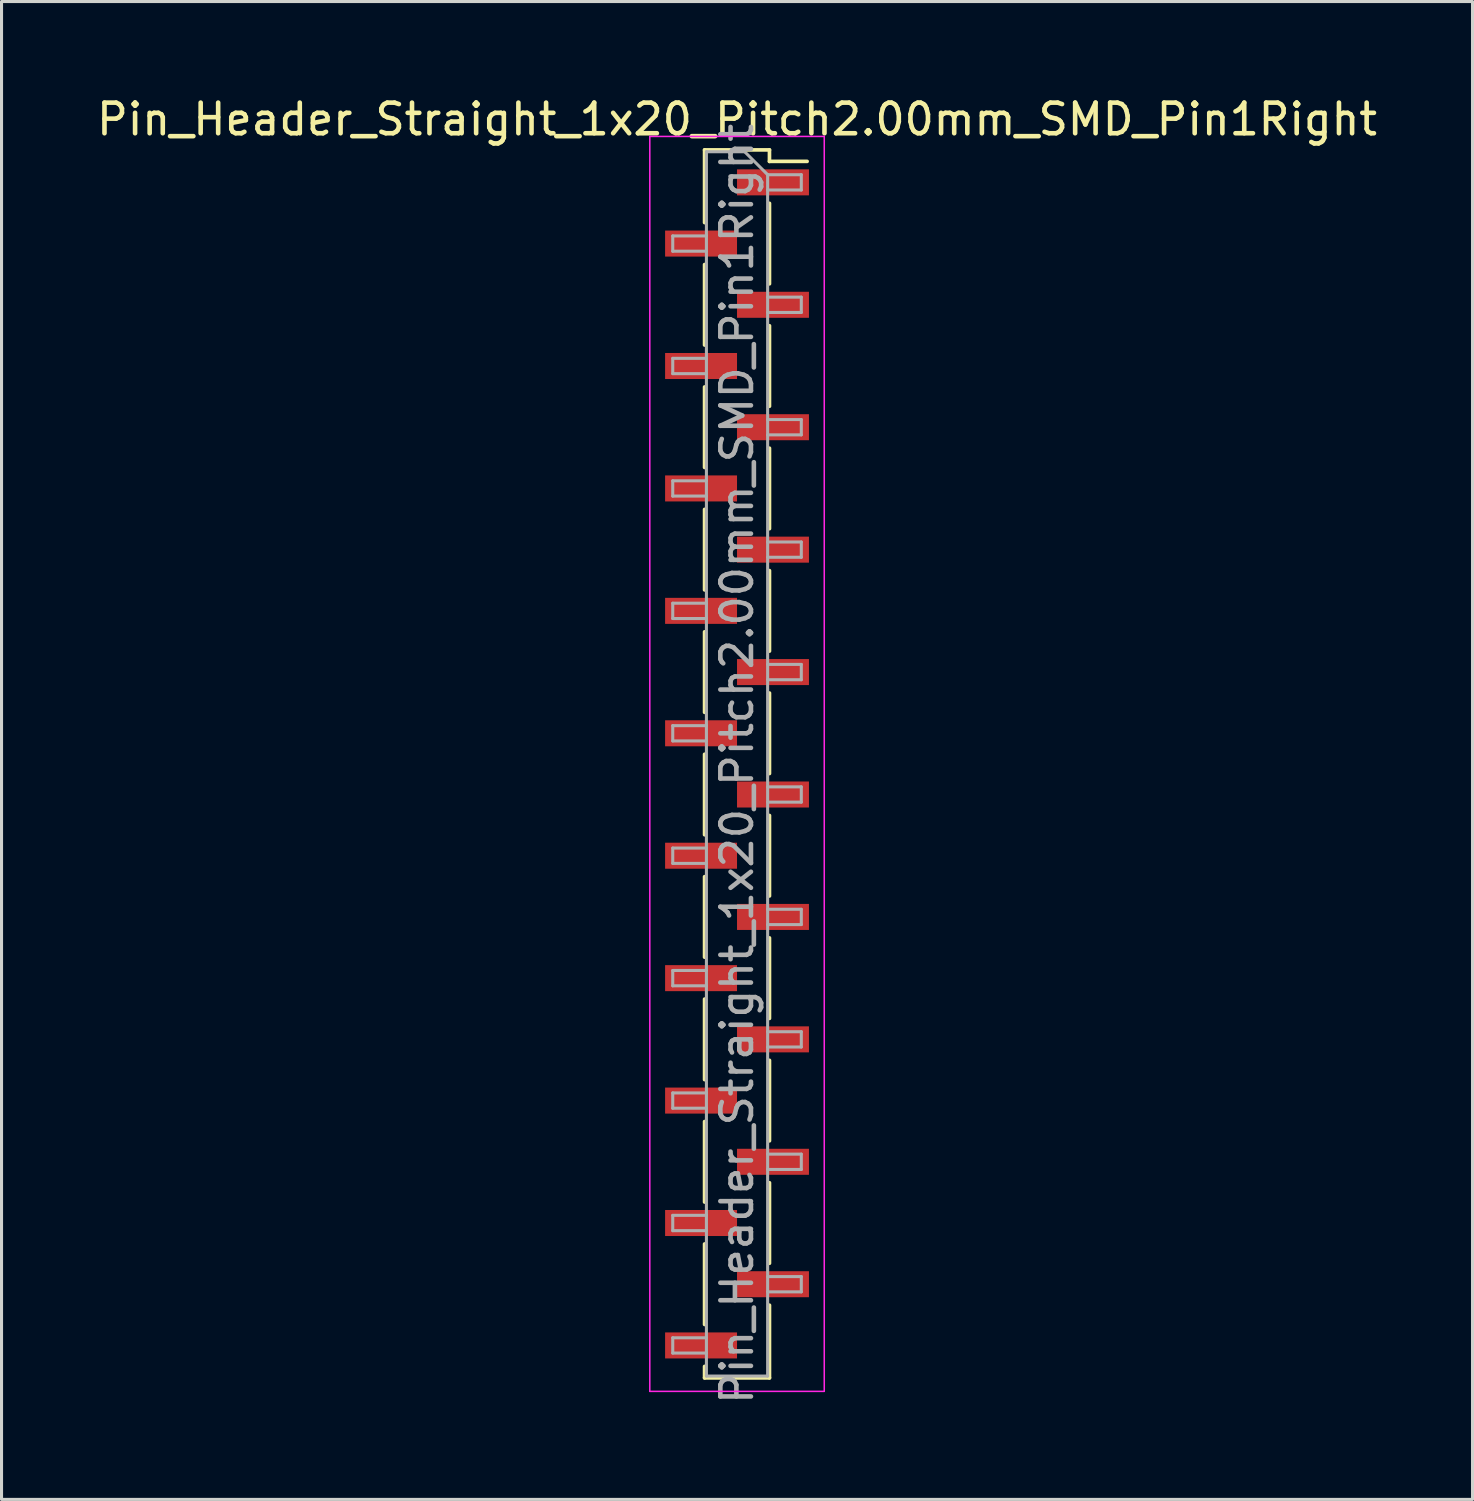
<source format=kicad_pcb>
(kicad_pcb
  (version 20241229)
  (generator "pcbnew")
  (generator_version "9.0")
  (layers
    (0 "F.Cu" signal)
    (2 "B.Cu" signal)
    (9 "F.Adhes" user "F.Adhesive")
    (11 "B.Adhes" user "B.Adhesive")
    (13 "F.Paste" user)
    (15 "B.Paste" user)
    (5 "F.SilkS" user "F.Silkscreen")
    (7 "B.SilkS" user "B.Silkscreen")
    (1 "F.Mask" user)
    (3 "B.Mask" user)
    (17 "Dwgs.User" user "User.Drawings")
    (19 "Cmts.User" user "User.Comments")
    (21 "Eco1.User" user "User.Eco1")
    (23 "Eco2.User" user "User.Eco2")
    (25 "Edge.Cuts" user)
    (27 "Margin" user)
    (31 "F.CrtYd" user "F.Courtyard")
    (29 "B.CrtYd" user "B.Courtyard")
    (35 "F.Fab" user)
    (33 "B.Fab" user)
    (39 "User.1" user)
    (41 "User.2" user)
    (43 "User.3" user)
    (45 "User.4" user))
  (footprint "Pin_Header_Straight_1x20_Pitch2.00mm_SMD_Pin1Right"
    (layer "F.Cu")
    (at 21.03 21.908)
    (property "Reference" "Pin_Header_Straight_1x20_Pitch2.00mm_SMD_Pin1Right" (at 0 -21.06 0) (layer "F.SilkS") (effects (font (size 1 1) (thickness 0.15))))
    (attr smd)
    (fp_line (start -1.06 -20.06) (end -1.06 -17.685) (stroke (width 0.12) (type solid)) (layer "F.SilkS"))
    (fp_line (start -1.06 -20.06) (end 1.06 -20.06) (stroke (width 0.12) (type solid)) (layer "F.SilkS"))
    (fp_line (start -1.06 -16.315) (end -1.06 -13.685) (stroke (width 0.12) (type solid)) (layer "F.SilkS"))
    (fp_line (start -1.06 -12.315) (end -1.06 -9.685) (stroke (width 0.12) (type solid)) (layer "F.SilkS"))
    (fp_line (start -1.06 -8.315) (end -1.06 -5.685) (stroke (width 0.12) (type solid)) (layer "F.SilkS"))
    (fp_line (start -1.06 -4.315) (end -1.06 -1.685) (stroke (width 0.12) (type solid)) (layer "F.SilkS"))
    (fp_line (start -1.06 -0.315) (end -1.06 2.315) (stroke (width 0.12) (type solid)) (layer "F.SilkS"))
    (fp_line (start -1.06 3.685) (end -1.06 6.315) (stroke (width 0.12) (type solid)) (layer "F.SilkS"))
    (fp_line (start -1.06 7.685) (end -1.06 10.315) (stroke (width 0.12) (type solid)) (layer "F.SilkS"))
    (fp_line (start -1.06 11.685) (end -1.06 14.315) (stroke (width 0.12) (type solid)) (layer "F.SilkS"))
    (fp_line (start -1.06 15.685) (end -1.06 18.315) (stroke (width 0.12) (type solid)) (layer "F.SilkS"))
    (fp_line (start -1.06 19.685) (end -1.06 20.06) (stroke (width 0.12) (type solid)) (layer "F.SilkS"))
    (fp_line (start -1.06 20.06) (end 1.06 20.06) (stroke (width 0.12) (type solid)) (layer "F.SilkS"))
    (fp_line (start 1.06 -20.06) (end 1.06 -19.685) (stroke (width 0.12) (type solid)) (layer "F.SilkS"))
    (fp_line (start 1.06 -19.685) (end 2.29 -19.685) (stroke (width 0.12) (type solid)) (layer "F.SilkS"))
    (fp_line (start 1.06 -18.315) (end 1.06 -15.685) (stroke (width 0.12) (type solid)) (layer "F.SilkS"))
    (fp_line (start 1.06 -14.315) (end 1.06 -11.685) (stroke (width 0.12) (type solid)) (layer "F.SilkS"))
    (fp_line (start 1.06 -10.315) (end 1.06 -7.685) (stroke (width 0.12) (type solid)) (layer "F.SilkS"))
    (fp_line (start 1.06 -6.315) (end 1.06 -3.685) (stroke (width 0.12) (type solid)) (layer "F.SilkS"))
    (fp_line (start 1.06 -2.315) (end 1.06 0.315) (stroke (width 0.12) (type solid)) (layer "F.SilkS"))
    (fp_line (start 1.06 1.685) (end 1.06 4.315) (stroke (width 0.12) (type solid)) (layer "F.SilkS"))
    (fp_line (start 1.06 5.685) (end 1.06 8.315) (stroke (width 0.12) (type solid)) (layer "F.SilkS"))
    (fp_line (start 1.06 9.685) (end 1.06 12.315) (stroke (width 0.12) (type solid)) (layer "F.SilkS"))
    (fp_line (start 1.06 13.685) (end 1.06 16.315) (stroke (width 0.12) (type solid)) (layer "F.SilkS"))
    (fp_line (start 1.06 17.685) (end 1.06 20.06) (stroke (width 0.12) (type solid)) (layer "F.SilkS"))
    (fp_line (start -2.85 -20.5) (end -2.85 20.5) (stroke (width 0.05) (type solid)) (layer "F.CrtYd"))
    (fp_line (start -2.85 20.5) (end 2.85 20.5) (stroke (width 0.05) (type solid)) (layer "F.CrtYd"))
    (fp_line (start 2.85 -20.5) (end -2.85 -20.5) (stroke (width 0.05) (type solid)) (layer "F.CrtYd"))
    (fp_line (start 2.85 20.5) (end 2.85 -20.5) (stroke (width 0.05) (type solid)) (layer "F.CrtYd"))
    (fp_line (start -2.1 -17.25) (end -2.1 -16.75) (stroke (width 0.1) (type solid)) (layer "F.Fab"))
    (fp_line (start -2.1 -16.75) (end -1 -16.75) (stroke (width 0.1) (type solid)) (layer "F.Fab"))
    (fp_line (start -2.1 -13.25) (end -2.1 -12.75) (stroke (width 0.1) (type solid)) (layer "F.Fab"))
    (fp_line (start -2.1 -12.75) (end -1 -12.75) (stroke (width 0.1) (type solid)) (layer "F.Fab"))
    (fp_line (start -2.1 -9.25) (end -2.1 -8.75) (stroke (width 0.1) (type solid)) (layer "F.Fab"))
    (fp_line (start -2.1 -8.75) (end -1 -8.75) (stroke (width 0.1) (type solid)) (layer "F.Fab"))
    (fp_line (start -2.1 -5.25) (end -2.1 -4.75) (stroke (width 0.1) (type solid)) (layer "F.Fab"))
    (fp_line (start -2.1 -4.75) (end -1 -4.75) (stroke (width 0.1) (type solid)) (layer "F.Fab"))
    (fp_line (start -2.1 -1.25) (end -2.1 -0.75) (stroke (width 0.1) (type solid)) (layer "F.Fab"))
    (fp_line (start -2.1 -0.75) (end -1 -0.75) (stroke (width 0.1) (type solid)) (layer "F.Fab"))
    (fp_line (start -2.1 2.75) (end -2.1 3.25) (stroke (width 0.1) (type solid)) (layer "F.Fab"))
    (fp_line (start -2.1 3.25) (end -1 3.25) (stroke (width 0.1) (type solid)) (layer "F.Fab"))
    (fp_line (start -2.1 6.75) (end -2.1 7.25) (stroke (width 0.1) (type solid)) (layer "F.Fab"))
    (fp_line (start -2.1 7.25) (end -1 7.25) (stroke (width 0.1) (type solid)) (layer "F.Fab"))
    (fp_line (start -2.1 10.75) (end -2.1 11.25) (stroke (width 0.1) (type solid)) (layer "F.Fab"))
    (fp_line (start -2.1 11.25) (end -1 11.25) (stroke (width 0.1) (type solid)) (layer "F.Fab"))
    (fp_line (start -2.1 14.75) (end -2.1 15.25) (stroke (width 0.1) (type solid)) (layer "F.Fab"))
    (fp_line (start -2.1 15.25) (end -1 15.25) (stroke (width 0.1) (type solid)) (layer "F.Fab"))
    (fp_line (start -2.1 18.75) (end -2.1 19.25) (stroke (width 0.1) (type solid)) (layer "F.Fab"))
    (fp_line (start -2.1 19.25) (end -1 19.25) (stroke (width 0.1) (type solid)) (layer "F.Fab"))
    (fp_line (start -1 -20) (end -1 20) (stroke (width 0.1) (type solid)) (layer "F.Fab"))
    (fp_line (start -1 -20) (end 0.25 -20) (stroke (width 0.1) (type solid)) (layer "F.Fab"))
    (fp_line (start -1 -17.25) (end -2.1 -17.25) (stroke (width 0.1) (type solid)) (layer "F.Fab"))
    (fp_line (start -1 -13.25) (end -2.1 -13.25) (stroke (width 0.1) (type solid)) (layer "F.Fab"))
    (fp_line (start -1 -9.25) (end -2.1 -9.25) (stroke (width 0.1) (type solid)) (layer "F.Fab"))
    (fp_line (start -1 -5.25) (end -2.1 -5.25) (stroke (width 0.1) (type solid)) (layer "F.Fab"))
    (fp_line (start -1 -1.25) (end -2.1 -1.25) (stroke (width 0.1) (type solid)) (layer "F.Fab"))
    (fp_line (start -1 2.75) (end -2.1 2.75) (stroke (width 0.1) (type solid)) (layer "F.Fab"))
    (fp_line (start -1 6.75) (end -2.1 6.75) (stroke (width 0.1) (type solid)) (layer "F.Fab"))
    (fp_line (start -1 10.75) (end -2.1 10.75) (stroke (width 0.1) (type solid)) (layer "F.Fab"))
    (fp_line (start -1 14.75) (end -2.1 14.75) (stroke (width 0.1) (type solid)) (layer "F.Fab"))
    (fp_line (start -1 18.75) (end -2.1 18.75) (stroke (width 0.1) (type solid)) (layer "F.Fab"))
    (fp_line (start 1 -19.25) (end 0.25 -20) (stroke (width 0.1) (type solid)) (layer "F.Fab"))
    (fp_line (start 1 -19.25) (end 2.1 -19.25) (stroke (width 0.1) (type solid)) (layer "F.Fab"))
    (fp_line (start 1 -15.25) (end 2.1 -15.25) (stroke (width 0.1) (type solid)) (layer "F.Fab"))
    (fp_line (start 1 -11.25) (end 2.1 -11.25) (stroke (width 0.1) (type solid)) (layer "F.Fab"))
    (fp_line (start 1 -7.25) (end 2.1 -7.25) (stroke (width 0.1) (type solid)) (layer "F.Fab"))
    (fp_line (start 1 -3.25) (end 2.1 -3.25) (stroke (width 0.1) (type solid)) (layer "F.Fab"))
    (fp_line (start 1 0.75) (end 2.1 0.75) (stroke (width 0.1) (type solid)) (layer "F.Fab"))
    (fp_line (start 1 4.75) (end 2.1 4.75) (stroke (width 0.1) (type solid)) (layer "F.Fab"))
    (fp_line (start 1 8.75) (end 2.1 8.75) (stroke (width 0.1) (type solid)) (layer "F.Fab"))
    (fp_line (start 1 12.75) (end 2.1 12.75) (stroke (width 0.1) (type solid)) (layer "F.Fab"))
    (fp_line (start 1 16.75) (end 2.1 16.75) (stroke (width 0.1) (type solid)) (layer "F.Fab"))
    (fp_line (start 1 20) (end -1 20) (stroke (width 0.1) (type solid)) (layer "F.Fab"))
    (fp_line (start 1 20) (end 1 -19.25) (stroke (width 0.1) (type solid)) (layer "F.Fab"))
    (fp_line (start 2.1 -19.25) (end 2.1 -18.75) (stroke (width 0.1) (type solid)) (layer "F.Fab"))
    (fp_line (start 2.1 -18.75) (end 1 -18.75) (stroke (width 0.1) (type solid)) (layer "F.Fab"))
    (fp_line (start 2.1 -15.25) (end 2.1 -14.75) (stroke (width 0.1) (type solid)) (layer "F.Fab"))
    (fp_line (start 2.1 -14.75) (end 1 -14.75) (stroke (width 0.1) (type solid)) (layer "F.Fab"))
    (fp_line (start 2.1 -11.25) (end 2.1 -10.75) (stroke (width 0.1) (type solid)) (layer "F.Fab"))
    (fp_line (start 2.1 -10.75) (end 1 -10.75) (stroke (width 0.1) (type solid)) (layer "F.Fab"))
    (fp_line (start 2.1 -7.25) (end 2.1 -6.75) (stroke (width 0.1) (type solid)) (layer "F.Fab"))
    (fp_line (start 2.1 -6.75) (end 1 -6.75) (stroke (width 0.1) (type solid)) (layer "F.Fab"))
    (fp_line (start 2.1 -3.25) (end 2.1 -2.75) (stroke (width 0.1) (type solid)) (layer "F.Fab"))
    (fp_line (start 2.1 -2.75) (end 1 -2.75) (stroke (width 0.1) (type solid)) (layer "F.Fab"))
    (fp_line (start 2.1 0.75) (end 2.1 1.25) (stroke (width 0.1) (type solid)) (layer "F.Fab"))
    (fp_line (start 2.1 1.25) (end 1 1.25) (stroke (width 0.1) (type solid)) (layer "F.Fab"))
    (fp_line (start 2.1 4.75) (end 2.1 5.25) (stroke (width 0.1) (type solid)) (layer "F.Fab"))
    (fp_line (start 2.1 5.25) (end 1 5.25) (stroke (width 0.1) (type solid)) (layer "F.Fab"))
    (fp_line (start 2.1 8.75) (end 2.1 9.25) (stroke (width 0.1) (type solid)) (layer "F.Fab"))
    (fp_line (start 2.1 9.25) (end 1 9.25) (stroke (width 0.1) (type solid)) (layer "F.Fab"))
    (fp_line (start 2.1 12.75) (end 2.1 13.25) (stroke (width 0.1) (type solid)) (layer "F.Fab"))
    (fp_line (start 2.1 13.25) (end 1 13.25) (stroke (width 0.1) (type solid)) (layer "F.Fab"))
    (fp_line (start 2.1 16.75) (end 2.1 17.25) (stroke (width 0.1) (type solid)) (layer "F.Fab"))
    (fp_line (start 2.1 17.25) (end 1 17.25) (stroke (width 0.1) (type solid)) (layer "F.Fab"))
    (fp_text user "${REFERENCE}" (at 0 0 90) (layer "F.Fab") (effects (font (size 1 1) (thickness 0.15))))
    (pad "1" smd rect (at 1.175 -19) (size 2.35 0.85) (layers "F.Cu" "F.Mask" "F.Paste"))
    (pad "2" smd rect (at -1.175 -17) (size 2.35 0.85) (layers "F.Cu" "F.Mask" "F.Paste"))
    (pad "3" smd rect (at 1.175 -15) (size 2.35 0.85) (layers "F.Cu" "F.Mask" "F.Paste"))
    (pad "4" smd rect (at -1.175 -13) (size 2.35 0.85) (layers "F.Cu" "F.Mask" "F.Paste"))
    (pad "5" smd rect (at 1.175 -11) (size 2.35 0.85) (layers "F.Cu" "F.Mask" "F.Paste"))
    (pad "6" smd rect (at -1.175 -9) (size 2.35 0.85) (layers "F.Cu" "F.Mask" "F.Paste"))
    (pad "7" smd rect (at 1.175 -7) (size 2.35 0.85) (layers "F.Cu" "F.Mask" "F.Paste"))
    (pad "8" smd rect (at -1.175 -5) (size 2.35 0.85) (layers "F.Cu" "F.Mask" "F.Paste"))
    (pad "9" smd rect (at 1.175 -3) (size 2.35 0.85) (layers "F.Cu" "F.Mask" "F.Paste"))
    (pad "10" smd rect (at -1.175 -1) (size 2.35 0.85) (layers "F.Cu" "F.Mask" "F.Paste"))
    (pad "11" smd rect (at 1.175 1) (size 2.35 0.85) (layers "F.Cu" "F.Mask" "F.Paste"))
    (pad "12" smd rect (at -1.175 3) (size 2.35 0.85) (layers "F.Cu" "F.Mask" "F.Paste"))
    (pad "13" smd rect (at 1.175 5) (size 2.35 0.85) (layers "F.Cu" "F.Mask" "F.Paste"))
    (pad "14" smd rect (at -1.175 7) (size 2.35 0.85) (layers "F.Cu" "F.Mask" "F.Paste"))
    (pad "15" smd rect (at 1.175 9) (size 2.35 0.85) (layers "F.Cu" "F.Mask" "F.Paste"))
    (pad "16" smd rect (at -1.175 11) (size 2.35 0.85) (layers "F.Cu" "F.Mask" "F.Paste"))
    (pad "17" smd rect (at 1.175 13) (size 2.35 0.85) (layers "F.Cu" "F.Mask" "F.Paste"))
    (pad "18" smd rect (at -1.175 15) (size 2.35 0.85) (layers "F.Cu" "F.Mask" "F.Paste"))
    (pad "19" smd rect (at 1.175 17) (size 2.35 0.85) (layers "F.Cu" "F.Mask" "F.Paste"))
    (pad "20" smd rect (at -1.175 19) (size 2.35 0.85) (layers "F.Cu" "F.Mask" "F.Paste")))
  (gr_rect
    (start -3 -3)
    (end 45.06 45.938)
    (stroke (width 0.1) (type default))
    (fill no)
    (layer "Edge.Cuts")))
</source>
